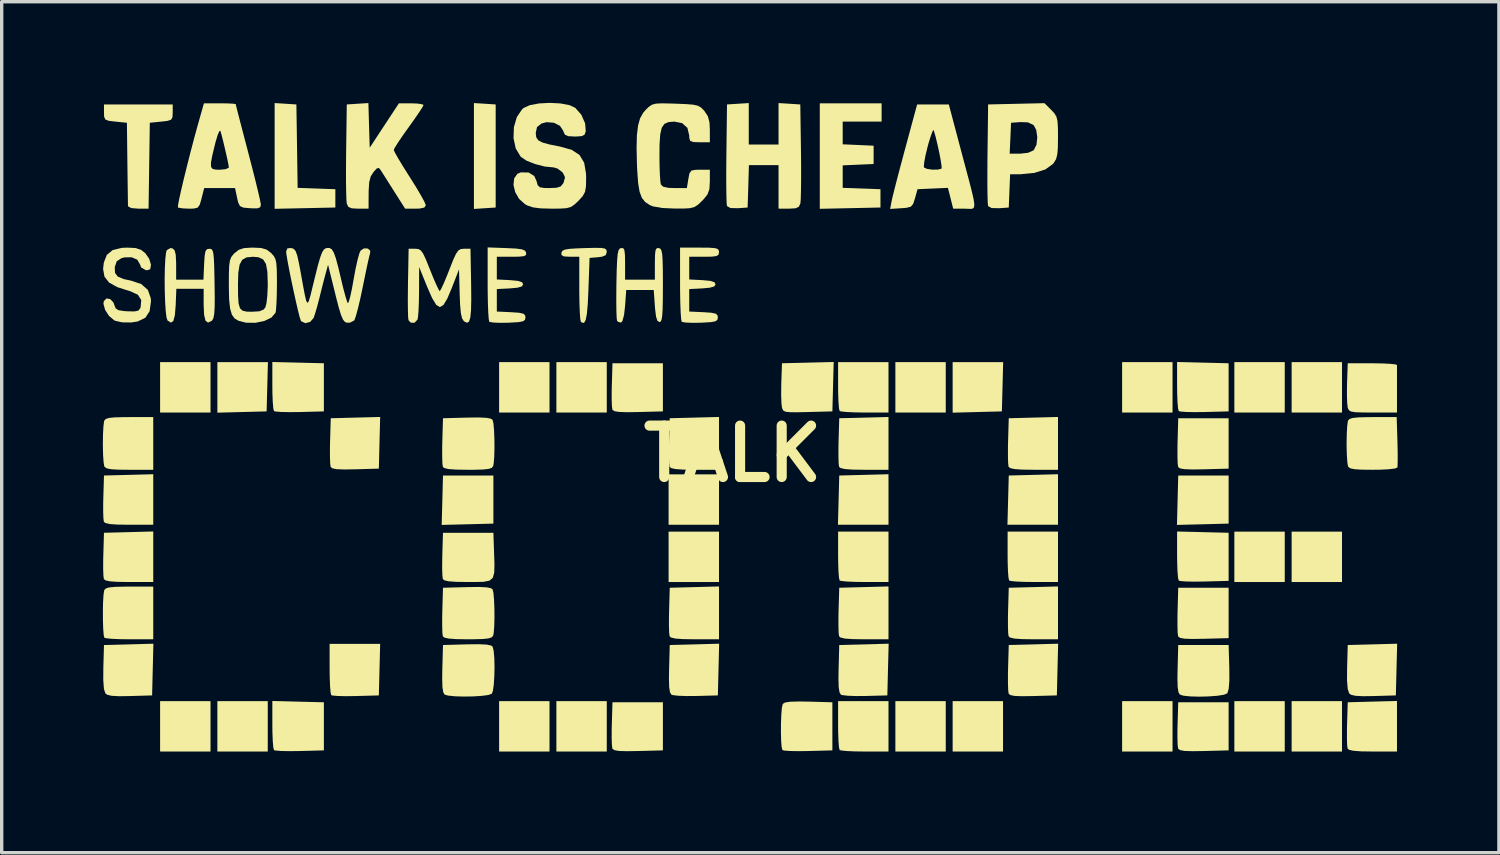
<source format=kicad_pcb>
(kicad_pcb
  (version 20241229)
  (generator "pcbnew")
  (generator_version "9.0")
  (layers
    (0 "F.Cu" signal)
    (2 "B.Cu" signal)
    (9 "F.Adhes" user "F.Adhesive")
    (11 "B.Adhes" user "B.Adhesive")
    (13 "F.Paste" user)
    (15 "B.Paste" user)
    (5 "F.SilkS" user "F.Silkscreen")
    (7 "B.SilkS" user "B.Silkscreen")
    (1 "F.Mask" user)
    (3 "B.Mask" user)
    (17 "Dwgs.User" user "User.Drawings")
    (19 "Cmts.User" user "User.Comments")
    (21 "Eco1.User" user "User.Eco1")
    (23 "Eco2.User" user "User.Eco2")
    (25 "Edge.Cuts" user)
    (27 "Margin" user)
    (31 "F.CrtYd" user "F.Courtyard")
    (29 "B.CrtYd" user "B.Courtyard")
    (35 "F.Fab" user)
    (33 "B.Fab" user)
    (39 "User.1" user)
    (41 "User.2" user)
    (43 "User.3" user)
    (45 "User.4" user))
  (footprint "TALK"
    (layer "F.Cu")
    (at 18.676 10.404)
    (property "Reference" "TALK" (at 0 0 0) (layer "F.SilkS") (effects (font (size 1.524 1.524) (thickness 0.3))))
    (attr board_only exclude_from_pos_files exclude_from_bom)
    (fp_poly (pts (xy -15.484 -1.222) (xy -16.979 -1.222) (xy -16.979 -2.717) (xy -15.484 -2.717)) (stroke (width 0) (type solid)) (fill yes) (layer "F.SilkS"))
    (fp_poly (pts (xy -15.484 8.829) (xy -16.979 8.829) (xy -16.979 7.335) (xy -15.484 7.335)) (stroke (width 0) (type solid)) (fill yes) (layer "F.SilkS"))
    (fp_poly (pts (xy -13.787 8.829) (xy -15.281 8.829) (xy -15.281 7.335) (xy -13.787 7.335)) (stroke (width 0) (type solid)) (fill yes) (layer "F.SilkS"))
    (fp_poly (pts (xy -5.433 -1.222) (xy -6.927 -1.222) (xy -6.927 -2.717) (xy -5.433 -2.717)) (stroke (width 0) (type solid)) (fill yes) (layer "F.SilkS"))
    (fp_poly (pts (xy -5.433 8.829) (xy -6.927 8.829) (xy -6.927 7.335) (xy -5.433 7.335)) (stroke (width 0) (type solid)) (fill yes) (layer "F.SilkS"))
    (fp_poly (pts (xy -3.735 -1.222) (xy -5.229 -1.222) (xy -5.229 -2.717) (xy -3.735 -2.717)) (stroke (width 0) (type solid)) (fill yes) (layer "F.SilkS"))
    (fp_poly (pts (xy -3.735 8.829) (xy -5.229 8.829) (xy -5.229 7.335) (xy -3.735 7.335)) (stroke (width 0) (type solid)) (fill yes) (layer "F.SilkS"))
    (fp_poly (pts (xy -0.407 2.105) (xy -1.902 2.105) (xy -1.902 0.611) (xy -0.407 0.611)) (stroke (width 0) (type solid)) (fill yes) (layer "F.SilkS"))
    (fp_poly (pts (xy -0.407 3.803) (xy -1.902 3.803) (xy -1.902 2.309) (xy -0.407 2.309)) (stroke (width 0) (type solid)) (fill yes) (layer "F.SilkS"))
    (fp_poly (pts (xy 6.316 -1.222) (xy 4.822 -1.222) (xy 4.822 -2.717) (xy 6.316 -2.717)) (stroke (width 0) (type solid)) (fill yes) (layer "F.SilkS"))
    (fp_poly (pts (xy 6.316 8.829) (xy 4.822 8.829) (xy 4.822 7.335) (xy 6.316 7.335)) (stroke (width 0) (type solid)) (fill yes) (layer "F.SilkS"))
    (fp_poly (pts (xy 8.014 8.829) (xy 6.52 8.829) (xy 6.52 7.335) (xy 8.014 7.335)) (stroke (width 0) (type solid)) (fill yes) (layer "F.SilkS"))
    (fp_poly (pts (xy 13.04 -1.222) (xy 11.545 -1.222) (xy 11.545 -2.717) (xy 13.04 -2.717)) (stroke (width 0) (type solid)) (fill yes) (layer "F.SilkS"))
    (fp_poly (pts (xy 13.04 8.829) (xy 11.545 8.829) (xy 11.545 7.335) (xy 13.04 7.335)) (stroke (width 0) (type solid)) (fill yes) (layer "F.SilkS"))
    (fp_poly (pts (xy 16.367 -1.222) (xy 14.873 -1.222) (xy 14.873 -2.717) (xy 16.367 -2.717)) (stroke (width 0) (type solid)) (fill yes) (layer "F.SilkS"))
    (fp_poly (pts (xy 16.367 3.803) (xy 14.873 3.803) (xy 14.873 2.309) (xy 16.367 2.309)) (stroke (width 0) (type solid)) (fill yes) (layer "F.SilkS"))
    (fp_poly (pts (xy 16.367 8.829) (xy 14.873 8.829) (xy 14.873 7.335) (xy 16.367 7.335)) (stroke (width 0) (type solid)) (fill yes) (layer "F.SilkS"))
    (fp_poly (pts (xy 18.065 -1.222) (xy 16.571 -1.222) (xy 16.571 -2.717) (xy 18.065 -2.717)) (stroke (width 0) (type solid)) (fill yes) (layer "F.SilkS"))
    (fp_poly (pts (xy 18.065 3.803) (xy 16.571 3.803) (xy 16.571 2.309) (xy 18.065 2.309)) (stroke (width 0) (type solid)) (fill yes) (layer "F.SilkS"))
    (fp_poly (pts (xy 18.065 8.829) (xy 16.571 8.829) (xy 16.571 7.335) (xy 18.065 7.335)) (stroke (width 0) (type solid)) (fill yes) (layer "F.SilkS"))
    (fp_poly (pts (xy -13.801 -1.986) (xy -13.821 -1.256) (xy -15.281 -1.218) (xy -15.281 -2.717) (xy -13.782 -2.717)) (stroke (width 0) (type solid)) (fill yes) (layer "F.SilkS"))
    (fp_poly (pts (xy -7.097 2.071) (xy -7.863 2.091) (xy -8.63 2.11) (xy -8.591 0.645) (xy -7.097 0.645)) (stroke (width 0) (type solid)) (fill yes) (layer "F.SilkS"))
    (fp_poly (pts (xy 7.999 -1.986) (xy 7.98 -1.256) (xy 6.52 -1.218) (xy 6.52 -2.717) (xy 8.018 -2.717)) (stroke (width 0) (type solid)) (fill yes) (layer "F.SilkS"))
    (fp_poly (pts (xy 9.644 2.105) (xy 8.145 2.105) (xy 8.184 0.645) (xy 8.914 0.626) (xy 9.644 0.607)) (stroke (width 0) (type solid)) (fill yes) (layer "F.SilkS"))
    (fp_poly (pts (xy 14.703 2.071) (xy 13.937 2.091) (xy 13.171 2.11) (xy 13.209 0.645) (xy 14.703 0.645)) (stroke (width 0) (type solid)) (fill yes) (layer "F.SilkS"))
    (fp_poly (pts (xy -7.352 -10.378) (xy -7.029 -10.357) (xy -7.029 -7.301) (xy -7.352 -7.28) (xy -7.674 -7.259) (xy -7.674 -10.398)) (stroke (width 0) (type solid)) (fill yes) (layer "F.SilkS"))
    (fp_poly (pts (xy 4.618 2.105) (xy 3.119 2.105) (xy 3.139 1.375) (xy 3.158 0.645) (xy 3.888 0.626) (xy 4.618 0.607)) (stroke (width 0) (type solid)) (fill yes) (layer "F.SilkS"))
    (fp_poly (pts (xy -13.26 -10.378) (xy -12.938 -10.357) (xy -12.919 -9.12) (xy -12.901 -7.884) (xy -12.342 -7.864) (xy -11.783 -7.844) (xy -11.783 -7.301) (xy -12.683 -7.282) (xy -13.583 -7.263) (xy -13.583 -10.398)) (stroke (width 0) (type solid)) (fill yes) (layer "F.SilkS"))
    (fp_poly (pts (xy -17.197 6.399) (xy -17.216 7.165) (xy -17.868 7.184) (xy -18.197 7.189) (xy -18.413 7.177) (xy -18.543 7.147) (xy -18.601 7.106) (xy -18.644 6.974) (xy -18.664 6.71) (xy -18.662 6.34) (xy -18.643 5.671) (xy -17.178 5.632)) (stroke (width 0) (type solid)) (fill yes) (layer "F.SilkS"))
    (fp_poly (pts (xy 4.618 -1.222) (xy 3.916 -1.222) (xy 3.62 -1.227) (xy 3.376 -1.238) (xy 3.216 -1.254) (xy 3.169 -1.268) (xy 3.15 -1.351) (xy 3.135 -1.539) (xy 3.126 -1.801) (xy 3.124 -2.015) (xy 3.124 -2.717) (xy 4.618 -2.717)) (stroke (width 0) (type solid)) (fill yes) (layer "F.SilkS"))
    (fp_poly (pts (xy 4.618 3.803) (xy 3.916 3.803) (xy 3.62 3.799) (xy 3.376 3.788) (xy 3.216 3.772) (xy 3.169 3.758) (xy 3.15 3.675) (xy 3.135 3.487) (xy 3.126 3.225) (xy 3.124 3.011) (xy 3.124 2.309) (xy 4.618 2.309)) (stroke (width 0) (type solid)) (fill yes) (layer "F.SilkS"))
    (fp_poly (pts (xy 4.618 5.501) (xy 3.903 5.501) (xy 3.556 5.496) (xy 3.326 5.48) (xy 3.197 5.449) (xy 3.153 5.411) (xy 3.14 5.308) (xy 3.134 5.103) (xy 3.134 4.831) (xy 3.138 4.647) (xy 3.158 3.973) (xy 4.618 3.934)) (stroke (width 0) (type solid)) (fill yes) (layer "F.SilkS"))
    (fp_poly (pts (xy 4.618 8.829) (xy 3.916 8.829) (xy 3.62 8.825) (xy 3.376 8.814) (xy 3.216 8.797) (xy 3.169 8.784) (xy 3.15 8.701) (xy 3.135 8.513) (xy 3.126 8.25) (xy 3.124 8.037) (xy 3.124 7.335) (xy 4.618 7.335)) (stroke (width 0) (type solid)) (fill yes) (layer "F.SilkS"))
    (fp_poly (pts (xy 9.644 3.803) (xy 8.942 3.803) (xy 8.646 3.799) (xy 8.402 3.788) (xy 8.242 3.772) (xy 8.195 3.758) (xy 8.176 3.675) (xy 8.161 3.487) (xy 8.152 3.225) (xy 8.15 3.011) (xy 8.15 2.309) (xy 9.644 2.309)) (stroke (width 0) (type solid)) (fill yes) (layer "F.SilkS"))
    (fp_poly (pts (xy 14.703 2.343) (xy 14.703 3.769) (xy 13.987 3.788) (xy 13.687 3.792) (xy 13.44 3.787) (xy 13.274 3.774) (xy 13.223 3.76) (xy 13.203 3.676) (xy 13.187 3.487) (xy 13.178 3.224) (xy 13.175 3.009) (xy 13.175 2.305)) (stroke (width 0) (type solid)) (fill yes) (layer "F.SilkS"))
    (fp_poly (pts (xy 19.661 7.165) (xy 19.009 7.184) (xy 18.681 7.189) (xy 18.464 7.177) (xy 18.335 7.147) (xy 18.277 7.106) (xy 18.234 6.974) (xy 18.213 6.71) (xy 18.216 6.34) (xy 18.235 5.671) (xy 18.967 5.652) (xy 19.7 5.632)) (stroke (width 0) (type solid)) (fill yes) (layer "F.SilkS"))
    (fp_poly (pts (xy -17.182 2.105) (xy -17.898 2.105) (xy -18.245 2.1) (xy -18.474 2.084) (xy -18.603 2.054) (xy -18.647 2.015) (xy -18.66 1.911) (xy -18.667 1.707) (xy -18.666 1.437) (xy -18.662 1.285) (xy -18.643 0.645) (xy -17.912 0.626) (xy -17.182 0.607)) (stroke (width 0) (type solid)) (fill yes) (layer "F.SilkS"))
    (fp_poly (pts (xy -17.182 3.803) (xy -17.898 3.803) (xy -18.245 3.798) (xy -18.474 3.782) (xy -18.603 3.752) (xy -18.647 3.713) (xy -18.66 3.609) (xy -18.667 3.404) (xy -18.666 3.135) (xy -18.662 2.983) (xy -18.643 2.343) (xy -17.912 2.324) (xy -17.182 2.304)) (stroke (width 0) (type solid)) (fill yes) (layer "F.SilkS"))
    (fp_poly (pts (xy -12.887 -2.702) (xy -12.123 -2.683) (xy -12.123 -1.256) (xy -12.839 -1.237) (xy -13.139 -1.234) (xy -13.387 -1.239) (xy -13.552 -1.252) (xy -13.603 -1.266) (xy -13.623 -1.349) (xy -13.639 -1.538) (xy -13.649 -1.801) (xy -13.651 -2.017) (xy -13.651 -2.721)) (stroke (width 0) (type solid)) (fill yes) (layer "F.SilkS"))
    (fp_poly (pts (xy -12.887 7.35) (xy -12.123 7.369) (xy -12.123 8.795) (xy -12.839 8.814) (xy -13.139 8.818) (xy -13.387 8.813) (xy -13.552 8.8) (xy -13.603 8.786) (xy -13.623 8.702) (xy -13.639 8.513) (xy -13.649 8.25) (xy -13.651 8.034) (xy -13.651 7.33)) (stroke (width 0) (type solid)) (fill yes) (layer "F.SilkS"))
    (fp_poly (pts (xy -10.474 6.401) (xy -10.493 7.165) (xy -11.175 7.184) (xy -11.468 7.188) (xy -11.707 7.182) (xy -11.864 7.169) (xy -11.905 7.156) (xy -11.925 7.072) (xy -11.94 6.883) (xy -11.95 6.618) (xy -11.953 6.373) (xy -11.953 5.637) (xy -10.454 5.637)) (stroke (width 0) (type solid)) (fill yes) (layer "F.SilkS"))
    (fp_poly (pts (xy -2.071 -1.256) (xy -2.803 -1.237) (xy -3.145 -1.232) (xy -3.373 -1.24) (xy -3.506 -1.262) (xy -3.565 -1.301) (xy -3.569 -1.31) (xy -3.583 -1.415) (xy -3.59 -1.621) (xy -3.589 -1.891) (xy -3.585 -2.043) (xy -3.566 -2.683) (xy -2.071 -2.683)) (stroke (width 0) (type solid)) (fill yes) (layer "F.SilkS"))
    (fp_poly (pts (xy -2.071 8.795) (xy -2.803 8.814) (xy -3.145 8.819) (xy -3.373 8.812) (xy -3.506 8.789) (xy -3.565 8.75) (xy -3.569 8.741) (xy -3.583 8.636) (xy -3.59 8.43) (xy -3.589 8.16) (xy -3.585 8.009) (xy -3.566 7.369) (xy -2.071 7.369)) (stroke (width 0) (type solid)) (fill yes) (layer "F.SilkS"))
    (fp_poly (pts (xy -0.407 0.475) (xy -1.123 0.475) (xy -1.47 0.47) (xy -1.7 0.454) (xy -1.829 0.424) (xy -1.872 0.386) (xy -1.885 0.282) (xy -1.892 0.078) (xy -1.891 -0.194) (xy -1.887 -0.378) (xy -1.868 -1.053) (xy -1.138 -1.072) (xy -0.407 -1.091)) (stroke (width 0) (type solid)) (fill yes) (layer "F.SilkS"))
    (fp_poly (pts (xy -0.407 5.501) (xy -1.123 5.501) (xy -1.47 5.496) (xy -1.7 5.48) (xy -1.829 5.449) (xy -1.872 5.411) (xy -1.885 5.308) (xy -1.892 5.103) (xy -1.891 4.831) (xy -1.887 4.647) (xy -1.868 3.973) (xy -1.138 3.954) (xy -0.407 3.934)) (stroke (width 0) (type solid)) (fill yes) (layer "F.SilkS"))
    (fp_poly (pts (xy 4.603 6.399) (xy 4.584 7.165) (xy 3.939 7.182) (xy 3.649 7.184) (xy 3.407 7.175) (xy 3.246 7.156) (xy 3.206 7.143) (xy 3.165 7.072) (xy 3.141 6.915) (xy 3.134 6.654) (xy 3.139 6.378) (xy 3.158 5.671) (xy 4.623 5.632)) (stroke (width 0) (type solid)) (fill yes) (layer "F.SilkS"))
    (fp_poly (pts (xy 4.618 0.475) (xy 3.903 0.475) (xy 3.556 0.47) (xy 3.326 0.454) (xy 3.197 0.424) (xy 3.153 0.386) (xy 3.14 0.282) (xy 3.134 0.078) (xy 3.134 -0.194) (xy 3.138 -0.378) (xy 3.158 -1.053) (xy 3.888 -1.072) (xy 4.618 -1.091)) (stroke (width 0) (type solid)) (fill yes) (layer "F.SilkS"))
    (fp_poly (pts (xy 9.644 0.475) (xy 8.929 0.475) (xy 8.581 0.47) (xy 8.352 0.454) (xy 8.223 0.424) (xy 8.179 0.386) (xy 8.166 0.282) (xy 8.16 0.078) (xy 8.16 -0.194) (xy 8.164 -0.378) (xy 8.184 -1.053) (xy 8.914 -1.072) (xy 9.644 -1.091)) (stroke (width 0) (type solid)) (fill yes) (layer "F.SilkS"))
    (fp_poly (pts (xy 9.644 5.501) (xy 8.929 5.501) (xy 8.581 5.496) (xy 8.352 5.48) (xy 8.223 5.449) (xy 8.179 5.411) (xy 8.166 5.308) (xy 8.16 5.103) (xy 8.16 4.831) (xy 8.164 4.647) (xy 8.184 3.973) (xy 8.914 3.954) (xy 9.644 3.934)) (stroke (width 0) (type solid)) (fill yes) (layer "F.SilkS"))
    (fp_poly (pts (xy 13.939 -2.702) (xy 14.703 -2.683) (xy 14.703 -1.256) (xy 13.987 -1.237) (xy 13.687 -1.234) (xy 13.44 -1.239) (xy 13.274 -1.252) (xy 13.223 -1.266) (xy 13.203 -1.349) (xy 13.187 -1.538) (xy 13.178 -1.801) (xy 13.175 -2.017) (xy 13.175 -2.721)) (stroke (width 0) (type solid)) (fill yes) (layer "F.SilkS"))
    (fp_poly (pts (xy 14.703 0.441) (xy 13.972 0.461) (xy 13.63 0.466) (xy 13.402 0.458) (xy 13.269 0.436) (xy 13.21 0.397) (xy 13.206 0.388) (xy 13.192 0.284) (xy 13.186 0.078) (xy 13.186 -0.195) (xy 13.19 -0.378) (xy 13.209 -1.053) (xy 14.703 -1.053)) (stroke (width 0) (type solid)) (fill yes) (layer "F.SilkS"))
    (fp_poly (pts (xy 14.703 5.467) (xy 13.972 5.486) (xy 13.63 5.491) (xy 13.402 5.484) (xy 13.269 5.461) (xy 13.21 5.422) (xy 13.206 5.414) (xy 13.192 5.309) (xy 13.186 5.104) (xy 13.186 4.831) (xy 13.19 4.647) (xy 13.209 3.973) (xy 14.703 3.973)) (stroke (width 0) (type solid)) (fill yes) (layer "F.SilkS"))
    (fp_poly (pts (xy 14.703 8.795) (xy 13.972 8.814) (xy 13.63 8.819) (xy 13.402 8.812) (xy 13.269 8.789) (xy 13.21 8.75) (xy 13.205 8.741) (xy 13.192 8.636) (xy 13.185 8.43) (xy 13.186 8.16) (xy 13.19 8.009) (xy 13.209 7.369) (xy 14.703 7.369)) (stroke (width 0) (type solid)) (fill yes) (layer "F.SilkS"))
    (fp_poly (pts (xy 19.695 8.829) (xy 18.98 8.829) (xy 18.633 8.824) (xy 18.404 8.807) (xy 18.275 8.778) (xy 18.23 8.739) (xy 18.217 8.635) (xy 18.211 8.43) (xy 18.212 8.161) (xy 18.215 8.009) (xy 18.235 7.369) (xy 18.965 7.349) (xy 19.695 7.33)) (stroke (width 0) (type solid)) (fill yes) (layer "F.SilkS"))
    (fp_poly (pts (xy -0.422 6.399) (xy -0.441 7.165) (xy -1.087 7.182) (xy -1.376 7.184) (xy -1.619 7.175) (xy -1.779 7.156) (xy -1.819 7.143) (xy -1.861 7.072) (xy -1.885 6.915) (xy -1.892 6.654) (xy -1.887 6.378) (xy -1.868 5.671) (xy -1.135 5.652) (xy -0.403 5.632)) (stroke (width 0) (type solid)) (fill yes) (layer "F.SilkS"))
    (fp_poly (pts (xy 9.61 7.165) (xy 8.913 7.184) (xy 8.579 7.189) (xy 8.359 7.181) (xy 8.234 7.156) (xy 8.181 7.114) (xy 8.18 7.112) (xy 8.167 7.007) (xy 8.16 6.802) (xy 8.16 6.529) (xy 8.164 6.345) (xy 8.184 5.671) (xy 8.916 5.652) (xy 9.648 5.632)) (stroke (width 0) (type solid)) (fill yes) (layer "F.SilkS"))
    (fp_poly (pts (xy -10.474 -0.325) (xy -10.493 0.441) (xy -11.19 0.461) (xy -11.524 0.466) (xy -11.743 0.457) (xy -11.869 0.433) (xy -11.922 0.391) (xy -11.923 0.388) (xy -11.936 0.284) (xy -11.943 0.078) (xy -11.943 -0.195) (xy -11.939 -0.378) (xy -11.919 -1.053) (xy -11.187 -1.072) (xy -10.454 -1.091)) (stroke (width 0) (type solid)) (fill yes) (layer "F.SilkS"))
    (fp_poly (pts (xy 2.974 -1.989) (xy 2.954 -1.256) (xy 2.226 -1.237) (xy 1.904 -1.23) (xy 1.693 -1.232) (xy 1.567 -1.246) (xy 1.501 -1.279) (xy 1.47 -1.334) (xy 1.459 -1.373) (xy 1.443 -1.511) (xy 1.436 -1.742) (xy 1.438 -2.022) (xy 1.44 -2.105) (xy 1.46 -2.683) (xy 2.227 -2.702) (xy 2.993 -2.721)) (stroke (width 0) (type solid)) (fill yes) (layer "F.SilkS"))
    (fp_poly (pts (xy 4.414 -9.848) (xy 3.26 -9.848) (xy 3.26 -9.175) (xy 3.718 -9.155) (xy 4.177 -9.134) (xy 4.177 -8.591) (xy 3.718 -8.571) (xy 3.26 -8.551) (xy 3.26 -7.884) (xy 3.82 -7.864) (xy 4.38 -7.844) (xy 4.38 -7.301) (xy 3.481 -7.282) (xy 2.581 -7.263) (xy 2.581 -10.391) (xy 4.414 -10.391)) (stroke (width 0) (type solid)) (fill yes) (layer "F.SilkS"))
    (fp_poly (pts (xy -7.077 2.92) (xy -7.065 3.281) (xy -7.072 3.527) (xy -7.115 3.68) (xy -7.215 3.763) (xy -7.39 3.797) (xy -7.659 3.803) (xy -7.848 3.803) (xy -8.194 3.798) (xy -8.423 3.782) (xy -8.552 3.752) (xy -8.596 3.713) (xy -8.609 3.609) (xy -8.616 3.404) (xy -8.614 3.135) (xy -8.611 2.983) (xy -8.591 2.343) (xy -7.097 2.343)) (stroke (width 0) (type solid)) (fill yes) (layer "F.SilkS"))
    (fp_poly (pts (xy 14.723 6.34) (xy 14.725 6.715) (xy 14.705 6.971) (xy 14.665 7.102) (xy 14.664 7.104) (xy 14.564 7.145) (xy 14.367 7.176) (xy 14.11 7.195) (xy 13.832 7.202) (xy 13.571 7.195) (xy 13.365 7.174) (xy 13.258 7.141) (xy 13.216 7.072) (xy 13.192 6.916) (xy 13.185 6.656) (xy 13.19 6.378) (xy 13.209 5.671) (xy 14.703 5.671)) (stroke (width 0) (type solid)) (fill yes) (layer "F.SilkS"))
    (fp_poly (pts (xy 19.262 -2.678) (xy 19.5 -2.666) (xy 19.653 -2.649) (xy 19.695 -2.632) (xy 19.695 -1.222) (xy 18.983 -1.222) (xy 18.665 -1.224) (xy 18.458 -1.232) (xy 18.335 -1.252) (xy 18.271 -1.289) (xy 18.241 -1.348) (xy 18.233 -1.375) (xy 18.218 -1.513) (xy 18.211 -1.742) (xy 18.213 -2.022) (xy 18.215 -2.105) (xy 18.235 -2.683) (xy 18.965 -2.683)) (stroke (width 0) (type solid)) (fill yes) (layer "F.SilkS"))
    (fp_poly (pts (xy 2.247 7.349) (xy 2.954 7.369) (xy 2.954 8.795) (xy 2.238 8.814) (xy 1.938 8.818) (xy 1.69 8.813) (xy 1.525 8.8) (xy 1.474 8.786) (xy 1.45 8.696) (xy 1.435 8.509) (xy 1.429 8.261) (xy 1.43 7.991) (xy 1.44 7.735) (xy 1.457 7.533) (xy 1.482 7.421) (xy 1.484 7.417) (xy 1.553 7.375) (xy 1.709 7.352) (xy 1.969 7.345)) (stroke (width 0) (type solid)) (fill yes) (layer "F.SilkS"))
    (fp_poly (pts (xy -17.182 5.501) (xy -17.884 5.501) (xy -18.18 5.497) (xy -18.424 5.486) (xy -18.585 5.469) (xy -18.631 5.456) (xy -18.652 5.37) (xy -18.666 5.186) (xy -18.674 4.938) (xy -18.675 4.665) (xy -18.67 4.403) (xy -18.657 4.187) (xy -18.638 4.056) (xy -18.635 4.046) (xy -18.594 3.997) (xy -18.498 3.965) (xy -18.326 3.947) (xy -18.052 3.94) (xy -17.888 3.939) (xy -17.182 3.939)) (stroke (width 0) (type solid)) (fill yes) (layer "F.SilkS"))
    (fp_poly (pts (xy -17.182 0.475) (xy -17.888 0.475) (xy -18.216 0.472) (xy -18.431 0.459) (xy -18.558 0.434) (xy -18.621 0.393) (xy -18.635 0.368) (xy -18.654 0.253) (xy -18.669 0.042) (xy -18.676 -0.225) (xy -18.676 -0.306) (xy -18.672 -0.581) (xy -18.659 -0.812) (xy -18.641 -0.959) (xy -18.635 -0.979) (xy -18.594 -1.029) (xy -18.498 -1.061) (xy -18.326 -1.079) (xy -18.052 -1.086) (xy -17.888 -1.087) (xy -17.182 -1.087)) (stroke (width 0) (type solid)) (fill yes) (layer "F.SilkS"))
    (fp_poly (pts (xy -16.605 -10.119) (xy -16.612 -9.978) (xy -16.654 -9.904) (xy -16.768 -9.868) (xy -16.945 -9.848) (xy -17.284 -9.814) (xy -17.321 -7.267) (xy -17.625 -7.267) (xy -17.837 -7.285) (xy -17.929 -7.337) (xy -17.932 -7.352) (xy -17.933 -7.445) (xy -17.936 -7.65) (xy -17.94 -7.943) (xy -17.945 -8.3) (xy -17.949 -8.625) (xy -17.963 -9.814) (xy -18.303 -9.848) (xy -18.504 -9.872) (xy -18.604 -9.912) (xy -18.639 -9.995) (xy -18.643 -10.119) (xy -18.643 -10.357) (xy -16.605 -10.357)) (stroke (width 0) (type solid)) (fill yes) (layer "F.SilkS"))
    (fp_poly (pts (xy -7.3 5.658) (xy -7.166 5.686) (xy -7.121 5.719) (xy -7.089 5.839) (xy -7.07 6.049) (xy -7.063 6.313) (xy -7.069 6.59) (xy -7.085 6.843) (xy -7.112 7.033) (xy -7.145 7.117) (xy -7.247 7.153) (xy -7.445 7.179) (xy -7.703 7.195) (xy -7.981 7.199) (xy -8.24 7.191) (xy -8.442 7.17) (xy -8.543 7.141) (xy -8.584 7.072) (xy -8.608 6.916) (xy -8.615 6.656) (xy -8.611 6.378) (xy -8.591 5.671) (xy -7.884 5.651) (xy -7.533 5.647)) (stroke (width 0) (type solid)) (fill yes) (layer "F.SilkS"))
    (fp_poly (pts (xy -7.3 -1.065) (xy -7.166 -1.038) (xy -7.121 -1.004) (xy -7.095 -0.898) (xy -7.077 -0.695) (xy -7.067 -0.435) (xy -7.065 -0.158) (xy -7.072 0.097) (xy -7.088 0.291) (xy -7.104 0.368) (xy -7.146 0.418) (xy -7.241 0.45) (xy -7.413 0.468) (xy -7.686 0.475) (xy -7.854 0.475) (xy -8.199 0.47) (xy -8.427 0.454) (xy -8.554 0.423) (xy -8.596 0.386) (xy -8.609 0.282) (xy -8.615 0.078) (xy -8.615 -0.194) (xy -8.611 -0.378) (xy -8.591 -1.053) (xy -7.884 -1.072) (xy -7.533 -1.076)) (stroke (width 0) (type solid)) (fill yes) (layer "F.SilkS"))
    (fp_poly (pts (xy -7.3 3.96) (xy -7.166 3.988) (xy -7.121 4.021) (xy -7.095 4.128) (xy -7.077 4.331) (xy -7.067 4.591) (xy -7.065 4.868) (xy -7.072 5.123) (xy -7.088 5.317) (xy -7.104 5.394) (xy -7.146 5.443) (xy -7.241 5.475) (xy -7.413 5.493) (xy -7.686 5.5) (xy -7.854 5.501) (xy -8.199 5.496) (xy -8.427 5.479) (xy -8.554 5.449) (xy -8.596 5.411) (xy -8.609 5.308) (xy -8.615 5.103) (xy -8.615 4.831) (xy -8.611 4.647) (xy -8.591 3.973) (xy -7.884 3.954) (xy -7.533 3.949)) (stroke (width 0) (type solid)) (fill yes) (layer "F.SilkS"))
    (fp_poly (pts (xy 19.708 -0.372) (xy 19.715 -0.07) (xy 19.716 0.182) (xy 19.712 0.353) (xy 19.707 0.409) (xy 19.633 0.437) (xy 19.45 0.46) (xy 19.186 0.473) (xy 18.984 0.475) (xy 18.658 0.472) (xy 18.444 0.459) (xy 18.317 0.434) (xy 18.255 0.392) (xy 18.242 0.368) (xy 18.223 0.253) (xy 18.209 0.042) (xy 18.201 -0.225) (xy 18.201 -0.306) (xy 18.206 -0.581) (xy 18.218 -0.812) (xy 18.237 -0.959) (xy 18.242 -0.979) (xy 18.284 -1.029) (xy 18.38 -1.061) (xy 18.553 -1.079) (xy 18.827 -1.086) (xy 18.985 -1.087) (xy 19.686 -1.087)) (stroke (width 0) (type solid)) (fill yes) (layer "F.SilkS"))
    (fp_poly (pts (xy -3.899 -6.102) (xy -3.792 -6.084) (xy -3.746 -6.047) (xy -3.735 -5.987) (xy -3.735 -5.983) (xy -3.765 -5.889) (xy -3.878 -5.842) (xy -3.99 -5.828) (xy -4.245 -5.807) (xy -4.279 -4.861) (xy -4.298 -4.442) (xy -4.325 -4.146) (xy -4.361 -3.964) (xy -4.409 -3.881) (xy -4.472 -3.888) (xy -4.504 -3.915) (xy -4.521 -3.996) (xy -4.535 -4.188) (xy -4.545 -4.463) (xy -4.55 -4.795) (xy -4.55 -4.901) (xy -4.55 -5.841) (xy -4.827 -5.841) (xy -5.004 -5.851) (xy -5.077 -5.892) (xy -5.081 -5.959) (xy -5.052 -6.016) (xy -4.977 -6.053) (xy -4.828 -6.077) (xy -4.583 -6.091) (xy -4.397 -6.098) (xy -4.093 -6.105)) (stroke (width 0) (type solid)) (fill yes) (layer "F.SilkS"))
    (fp_poly (pts (xy 1.681 -10.378) (xy 2.003 -10.357) (xy 2.023 -8.965) (xy 2.027 -8.534) (xy 2.027 -8.143) (xy 2.023 -7.813) (xy 2.017 -7.568) (xy 2.007 -7.432) (xy 2.004 -7.42) (xy 1.96 -7.323) (xy 1.863 -7.278) (xy 1.674 -7.267) (xy 1.663 -7.267) (xy 1.358 -7.267) (xy 1.358 -8.557) (xy 0.48 -8.557) (xy 0.461 -7.929) (xy 0.441 -7.301) (xy 0.152 -7.28) (xy -0.07 -7.286) (xy -0.17 -7.345) (xy -0.172 -7.349) (xy -0.181 -7.442) (xy -0.188 -7.649) (xy -0.192 -7.949) (xy -0.193 -8.321) (xy -0.19 -8.744) (xy -0.188 -8.898) (xy -0.17 -10.357) (xy 0.475 -10.398) (xy 0.475 -9.168) (xy 1.358 -9.168) (xy 1.358 -10.398)) (stroke (width 0) (type solid)) (fill yes) (layer "F.SilkS"))
    (fp_poly (pts (xy -6.707 -6.098) (xy -6.425 -6.084) (xy -6.252 -6.061) (xy -6.161 -6.024) (xy -6.126 -5.965) (xy -6.125 -5.959) (xy -6.129 -5.895) (xy -6.191 -5.859) (xy -6.339 -5.844) (xy -6.549 -5.841) (xy -6.995 -5.841) (xy -6.995 -5.168) (xy -6.605 -5.148) (xy -6.37 -5.126) (xy -6.247 -5.086) (xy -6.214 -5.026) (xy -6.252 -4.962) (xy -6.38 -4.924) (xy -6.605 -4.903) (xy -6.995 -4.883) (xy -6.995 -4.217) (xy -6.571 -4.197) (xy -6.337 -4.181) (xy -6.208 -4.153) (xy -6.155 -4.102) (xy -6.146 -4.041) (xy -6.16 -3.971) (xy -6.218 -3.928) (xy -6.349 -3.903) (xy -6.582 -3.889) (xy -6.659 -3.885) (xy -6.911 -3.882) (xy -7.108 -3.891) (xy -7.213 -3.91) (xy -7.219 -3.914) (xy -7.235 -3.995) (xy -7.249 -4.187) (xy -7.26 -4.468) (xy -7.266 -4.811) (xy -7.267 -5.04) (xy -7.267 -6.118)) (stroke (width 0) (type solid)) (fill yes) (layer "F.SilkS"))
    (fp_poly (pts (xy -0.704 -6.11) (xy -0.533 -6.098) (xy -0.444 -6.071) (xy -0.411 -6.022) (xy -0.407 -5.976) (xy -0.421 -5.903) (xy -0.483 -5.862) (xy -0.621 -5.844) (xy -0.849 -5.841) (xy -1.29 -5.841) (xy -1.29 -5.168) (xy -0.9 -5.148) (xy -0.665 -5.126) (xy -0.543 -5.086) (xy -0.509 -5.026) (xy -0.547 -4.962) (xy -0.676 -4.924) (xy -0.9 -4.903) (xy -1.29 -4.883) (xy -1.29 -4.217) (xy -0.866 -4.197) (xy -0.632 -4.181) (xy -0.503 -4.153) (xy -0.45 -4.102) (xy -0.441 -4.041) (xy -0.455 -3.971) (xy -0.513 -3.928) (xy -0.645 -3.903) (xy -0.877 -3.889) (xy -0.954 -3.885) (xy -1.206 -3.882) (xy -1.403 -3.891) (xy -1.508 -3.91) (xy -1.514 -3.914) (xy -1.53 -3.995) (xy -1.544 -4.187) (xy -1.555 -4.468) (xy -1.561 -4.811) (xy -1.562 -5.037) (xy -1.562 -6.112) (xy -0.985 -6.112)) (stroke (width 0) (type solid)) (fill yes) (layer "F.SilkS"))
    (fp_poly (pts (xy 9.443 -10.195) (xy 9.539 -10.092) (xy 9.598 -9.992) (xy 9.629 -9.862) (xy 9.642 -9.664) (xy 9.644 -9.381) (xy 9.64 -9.078) (xy 9.623 -8.876) (xy 9.588 -8.739) (xy 9.526 -8.634) (xy 9.491 -8.591) (xy 9.27 -8.43) (xy 8.942 -8.327) (xy 8.529 -8.287) (xy 8.509 -8.287) (xy 8.224 -8.286) (xy 8.184 -7.301) (xy 7.894 -7.28) (xy 7.672 -7.286) (xy 7.572 -7.345) (xy 7.57 -7.349) (xy 7.561 -7.442) (xy 7.554 -7.649) (xy 7.55 -7.949) (xy 7.55 -8.321) (xy 7.552 -8.744) (xy 7.554 -8.897) (xy 8.211 -8.897) (xy 8.515 -8.897) (xy 8.758 -8.924) (xy 8.919 -8.997) (xy 8.926 -9.004) (xy 9.006 -9.163) (xy 9.03 -9.382) (xy 8.999 -9.6) (xy 8.922 -9.744) (xy 8.754 -9.826) (xy 8.532 -9.834) (xy 8.252 -9.814) (xy 8.232 -9.355) (xy 8.211 -8.897) (xy 7.554 -8.897) (xy 7.554 -8.898) (xy 7.572 -10.357) (xy 9.243 -10.395)) (stroke (width 0) (type solid)) (fill yes) (layer "F.SilkS"))
    (fp_poly (pts (xy -16.612 -6.09) (xy -16.55 -6.034) (xy -16.516 -5.905) (xy -16.504 -5.676) (xy -16.503 -5.605) (xy -16.503 -5.161) (xy -15.694 -5.161) (xy -15.674 -5.62) (xy -15.659 -5.865) (xy -15.634 -6.004) (xy -15.589 -6.065) (xy -15.518 -6.078) (xy -15.466 -6.071) (xy -15.429 -6.036) (xy -15.403 -5.954) (xy -15.386 -5.803) (xy -15.375 -5.565) (xy -15.367 -5.219) (xy -15.364 -5.052) (xy -15.359 -4.643) (xy -15.361 -4.349) (xy -15.374 -4.15) (xy -15.397 -4.026) (xy -15.432 -3.957) (xy -15.446 -3.943) (xy -15.558 -3.888) (xy -15.633 -3.945) (xy -15.675 -4.121) (xy -15.688 -4.418) (xy -15.688 -4.89) (xy -16.497 -4.89) (xy -16.517 -4.403) (xy -16.541 -4.107) (xy -16.587 -3.937) (xy -16.658 -3.888) (xy -16.759 -3.95) (xy -16.76 -3.952) (xy -16.791 -4.048) (xy -16.814 -4.249) (xy -16.831 -4.526) (xy -16.841 -4.846) (xy -16.844 -5.18) (xy -16.838 -5.498) (xy -16.825 -5.768) (xy -16.803 -5.961) (xy -16.781 -6.037) (xy -16.675 -6.098)) (stroke (width 0) (type solid)) (fill yes) (layer "F.SilkS"))
    (fp_poly (pts (xy -2.19 -6.099) (xy -2.145 -6.079) (xy -2.114 -6.026) (xy -2.092 -5.92) (xy -2.08 -5.741) (xy -2.073 -5.469) (xy -2.071 -5.086) (xy -2.071 -4.991) (xy -2.073 -4.578) (xy -2.079 -4.282) (xy -2.092 -4.085) (xy -2.112 -3.969) (xy -2.142 -3.915) (xy -2.173 -3.905) (xy -2.232 -3.94) (xy -2.273 -4.058) (xy -2.301 -4.283) (xy -2.309 -4.38) (xy -2.343 -4.856) (xy -3.158 -4.856) (xy -3.192 -4.386) (xy -3.223 -4.114) (xy -3.269 -3.941) (xy -3.311 -3.888) (xy -3.406 -3.914) (xy -3.432 -3.953) (xy -3.443 -4.052) (xy -3.45 -4.259) (xy -3.453 -4.549) (xy -3.451 -4.896) (xy -3.449 -5.062) (xy -3.44 -5.456) (xy -3.428 -5.735) (xy -3.412 -5.919) (xy -3.388 -6.027) (xy -3.354 -6.081) (xy -3.311 -6.099) (xy -3.248 -6.096) (xy -3.213 -6.037) (xy -3.196 -5.896) (xy -3.192 -5.646) (xy -3.192 -5.642) (xy -3.192 -5.161) (xy -2.309 -5.161) (xy -2.309 -5.642) (xy -2.305 -5.893) (xy -2.289 -6.035) (xy -2.253 -6.095) (xy -2.191 -6.1)) (stroke (width 0) (type solid)) (fill yes) (layer "F.SilkS"))
    (fp_poly (pts (xy 6.767 -8.999) (xy 6.907 -8.473) (xy 7.016 -8.065) (xy 7.094 -7.759) (xy 7.143 -7.542) (xy 7.163 -7.397) (xy 7.156 -7.312) (xy 7.121 -7.271) (xy 7.06 -7.26) (xy 6.975 -7.263) (xy 6.873 -7.267) (xy 6.536 -7.267) (xy 6.38 -7.884) (xy 5.93 -7.864) (xy 5.479 -7.844) (xy 5.403 -7.572) (xy 5.35 -7.409) (xy 5.281 -7.326) (xy 5.151 -7.292) (xy 4.997 -7.28) (xy 4.667 -7.259) (xy 4.709 -7.483) (xy 4.739 -7.617) (xy 4.799 -7.858) (xy 4.882 -8.181) (xy 4.968 -8.509) (xy 5.666 -8.509) (xy 5.671 -8.489) (xy 5.76 -8.446) (xy 5.918 -8.424) (xy 6.083 -8.425) (xy 6.189 -8.454) (xy 6.193 -8.457) (xy 6.192 -8.531) (xy 6.166 -8.7) (xy 6.123 -8.928) (xy 6.069 -9.177) (xy 6.012 -9.41) (xy 5.96 -9.591) (xy 5.958 -9.597) (xy 5.93 -9.573) (xy 5.879 -9.442) (xy 5.812 -9.229) (xy 5.781 -9.116) (xy 5.717 -8.853) (xy 5.677 -8.639) (xy 5.666 -8.509) (xy 4.968 -8.509) (xy 4.983 -8.563) (xy 5.094 -8.979) (xy 5.109 -9.033) (xy 5.467 -10.357) (xy 6.407 -10.357)) (stroke (width 0) (type solid)) (fill yes) (layer "F.SilkS"))
    (fp_poly (pts (xy -10.784 -9.737) (xy -10.764 -9.075) (xy -10.331 -9.733) (xy -9.898 -10.391) (xy -9.533 -10.391) (xy -9.331 -10.382) (xy -9.199 -10.359) (xy -9.168 -10.339) (xy -9.206 -10.266) (xy -9.309 -10.108) (xy -9.459 -9.891) (xy -9.61 -9.68) (xy -9.788 -9.43) (xy -9.932 -9.217) (xy -10.025 -9.067) (xy -10.051 -9.008) (xy -10.016 -8.929) (xy -9.921 -8.76) (xy -9.779 -8.525) (xy -9.604 -8.247) (xy -9.576 -8.204) (xy -9.397 -7.918) (xy -9.249 -7.668) (xy -9.145 -7.478) (xy -9.101 -7.372) (xy -9.101 -7.366) (xy -9.144 -7.3) (xy -9.288 -7.27) (xy -9.407 -7.267) (xy -9.714 -7.267) (xy -10.035 -7.773) (xy -10.19 -8.017) (xy -10.324 -8.229) (xy -10.415 -8.373) (xy -10.433 -8.402) (xy -10.493 -8.476) (xy -10.555 -8.459) (xy -10.652 -8.353) (xy -10.734 -8.223) (xy -10.779 -8.052) (xy -10.795 -7.799) (xy -10.796 -7.725) (xy -10.798 -7.267) (xy -11.103 -7.267) (xy -11.297 -7.277) (xy -11.397 -7.32) (xy -11.443 -7.414) (xy -11.445 -7.42) (xy -11.455 -7.532) (xy -11.462 -7.757) (xy -11.467 -8.072) (xy -11.467 -8.454) (xy -11.464 -8.878) (xy -11.463 -8.965) (xy -11.444 -10.357) (xy -11.123 -10.378) (xy -10.803 -10.398)) (stroke (width 0) (type solid)) (fill yes) (layer "F.SilkS"))
    (fp_poly (pts (xy -9.322 -6.07) (xy -9.249 -6.029) (xy -9.18 -5.934) (xy -9.097 -5.759) (xy -8.986 -5.482) (xy -8.973 -5.45) (xy -8.866 -5.185) (xy -8.773 -4.975) (xy -8.709 -4.848) (xy -8.688 -4.822) (xy -8.649 -4.881) (xy -8.574 -5.04) (xy -8.476 -5.273) (xy -8.406 -5.45) (xy -8.293 -5.738) (xy -8.209 -5.921) (xy -8.14 -6.023) (xy -8.068 -6.068) (xy -7.979 -6.078) (xy -7.97 -6.078) (xy -7.776 -6.078) (xy -7.757 -5.031) (xy -7.753 -4.582) (xy -7.76 -4.255) (xy -7.781 -4.039) (xy -7.819 -3.919) (xy -7.876 -3.883) (xy -7.954 -3.919) (xy -7.975 -3.935) (xy -8.025 -4.014) (xy -8.061 -4.168) (xy -8.084 -4.418) (xy -8.097 -4.743) (xy -8.116 -5.467) (xy -8.327 -4.924) (xy -8.463 -4.601) (xy -8.579 -4.409) (xy -8.685 -4.348) (xy -8.793 -4.416) (xy -8.914 -4.616) (xy -9.055 -4.937) (xy -9.298 -5.535) (xy -9.301 -4.811) (xy -9.306 -4.501) (xy -9.317 -4.235) (xy -9.333 -4.048) (xy -9.346 -3.979) (xy -9.432 -3.886) (xy -9.545 -3.885) (xy -9.614 -3.959) (xy -9.625 -4.055) (xy -9.631 -4.261) (xy -9.634 -4.549) (xy -9.631 -4.895) (xy -9.629 -5.063) (xy -9.61 -6.078) (xy -9.415 -6.078)) (stroke (width 0) (type solid)) (fill yes) (layer "F.SilkS"))
    (fp_poly (pts (xy -13.985 -6.101) (xy -13.824 -6.055) (xy -13.695 -5.959) (xy -13.682 -5.946) (xy -13.608 -5.863) (xy -13.56 -5.773) (xy -13.532 -5.646) (xy -13.519 -5.451) (xy -13.515 -5.16) (xy -13.515 -5.034) (xy -13.519 -4.72) (xy -13.529 -4.45) (xy -13.543 -4.256) (xy -13.557 -4.18) (xy -13.677 -4.039) (xy -13.89 -3.937) (xy -14.154 -3.883) (xy -14.431 -3.886) (xy -14.648 -3.94) (xy -14.768 -4.01) (xy -14.851 -4.124) (xy -14.903 -4.303) (xy -14.932 -4.569) (xy -14.941 -4.945) (xy -14.941 -5.024) (xy -14.941 -5.026) (xy -14.67 -5.026) (xy -14.667 -4.683) (xy -14.651 -4.452) (xy -14.61 -4.313) (xy -14.533 -4.241) (xy -14.409 -4.214) (xy -14.257 -4.211) (xy -14.037 -4.224) (xy -13.912 -4.274) (xy -13.857 -4.342) (xy -13.824 -4.469) (xy -13.8 -4.69) (xy -13.787 -4.964) (xy -13.787 -5.05) (xy -13.798 -5.394) (xy -13.839 -5.624) (xy -13.923 -5.761) (xy -14.06 -5.826) (xy -14.228 -5.841) (xy -14.417 -5.822) (xy -14.545 -5.75) (xy -14.622 -5.606) (xy -14.66 -5.368) (xy -14.67 -5.026) (xy -14.941 -5.026) (xy -14.939 -5.357) (xy -14.93 -5.583) (xy -14.908 -5.732) (xy -14.869 -5.832) (xy -14.806 -5.913) (xy -14.774 -5.946) (xy -14.646 -6.047) (xy -14.491 -6.098) (xy -14.259 -6.112) (xy -14.228 -6.112)) (stroke (width 0) (type solid)) (fill yes) (layer "F.SilkS"))
    (fp_poly (pts (xy -17.704 -6.099) (xy -17.544 -6.046) (xy -17.417 -5.946) (xy -17.301 -5.779) (xy -17.25 -5.606) (xy -17.25 -5.601) (xy -17.272 -5.472) (xy -17.358 -5.441) (xy -17.403 -5.445) (xy -17.54 -5.523) (xy -17.578 -5.62) (xy -17.657 -5.755) (xy -17.824 -5.826) (xy -18.041 -5.822) (xy -18.126 -5.798) (xy -18.265 -5.707) (xy -18.322 -5.539) (xy -18.324 -5.521) (xy -18.315 -5.362) (xy -18.235 -5.254) (xy -18.061 -5.18) (xy -17.851 -5.135) (xy -17.54 -5.033) (xy -17.342 -4.859) (xy -17.255 -4.61) (xy -17.25 -4.519) (xy -17.29 -4.226) (xy -17.416 -4.032) (xy -17.642 -3.923) (xy -17.832 -3.893) (xy -18.101 -3.896) (xy -18.312 -3.943) (xy -18.337 -3.955) (xy -18.493 -4.085) (xy -18.61 -4.266) (xy -18.659 -4.446) (xy -18.648 -4.525) (xy -18.568 -4.605) (xy -18.458 -4.586) (xy -18.363 -4.485) (xy -18.337 -4.414) (xy -18.297 -4.312) (xy -18.214 -4.257) (xy -18.049 -4.231) (xy -17.949 -4.224) (xy -17.739 -4.22) (xy -17.624 -4.245) (xy -17.569 -4.311) (xy -17.557 -4.343) (xy -17.538 -4.558) (xy -17.639 -4.715) (xy -17.864 -4.819) (xy -17.883 -4.824) (xy -18.249 -4.94) (xy -18.494 -5.078) (xy -18.629 -5.252) (xy -18.669 -5.478) (xy -18.648 -5.668) (xy -18.559 -5.896) (xy -18.385 -6.039) (xy -18.113 -6.105) (xy -17.945 -6.112)) (stroke (width 0) (type solid)) (fill yes) (layer "F.SilkS"))
    (fp_poly (pts (xy -14.975 -10.388) (xy -14.807 -10.379) (xy -14.738 -10.368) (xy -14.737 -10.367) (xy -14.721 -10.297) (xy -14.675 -10.115) (xy -14.604 -9.841) (xy -14.513 -9.493) (xy -14.408 -9.091) (xy -14.364 -8.924) (xy -14.254 -8.499) (xy -14.156 -8.113) (xy -14.077 -7.788) (xy -14.021 -7.544) (xy -13.993 -7.403) (xy -13.991 -7.382) (xy -14.011 -7.308) (xy -14.094 -7.277) (xy -14.272 -7.278) (xy -14.313 -7.28) (xy -14.509 -7.298) (xy -14.611 -7.344) (xy -14.664 -7.45) (xy -14.696 -7.589) (xy -14.757 -7.878) (xy -15.672 -7.878) (xy -15.749 -7.572) (xy -15.802 -7.387) (xy -15.866 -7.297) (xy -15.983 -7.269) (xy -16.119 -7.267) (xy -16.308 -7.275) (xy -16.432 -7.296) (xy -16.452 -7.306) (xy -16.446 -7.38) (xy -16.411 -7.563) (xy -16.35 -7.835) (xy -16.27 -8.175) (xy -16.174 -8.561) (xy -16.156 -8.633) (xy -15.471 -8.633) (xy -15.469 -8.507) (xy -15.421 -8.445) (xy -15.323 -8.424) (xy -15.213 -8.421) (xy -15.043 -8.437) (xy -14.948 -8.476) (xy -14.941 -8.492) (xy -14.956 -8.591) (xy -14.995 -8.779) (xy -15.049 -9.015) (xy -15.106 -9.255) (xy -15.158 -9.459) (xy -15.192 -9.576) (xy -15.223 -9.565) (xy -15.274 -9.445) (xy -15.335 -9.24) (xy -15.353 -9.168) (xy -15.431 -8.846) (xy -15.471 -8.633) (xy -16.156 -8.633) (xy -16.07 -8.971) (xy -15.961 -9.386) (xy -15.852 -9.782) (xy -15.781 -10.034) (xy -15.679 -10.391) (xy -15.208 -10.391)) (stroke (width 0) (type solid)) (fill yes) (layer "F.SilkS"))
    (fp_poly (pts (xy -1.847 -10.385) (xy -1.691 -10.38) (xy -1.377 -10.367) (xy -1.169 -10.35) (xy -1.034 -10.319) (xy -0.942 -10.267) (xy -0.861 -10.187) (xy -0.843 -10.166) (xy -0.738 -10.009) (xy -0.689 -9.821) (xy -0.679 -9.606) (xy -0.679 -9.236) (xy -0.985 -9.236) (xy -1.173 -9.242) (xy -1.262 -9.277) (xy -1.289 -9.363) (xy -1.29 -9.435) (xy -1.344 -9.662) (xy -1.5 -9.803) (xy -1.732 -9.848) (xy -1.905 -9.834) (xy -2.027 -9.78) (xy -2.106 -9.665) (xy -2.15 -9.471) (xy -2.17 -9.176) (xy -2.173 -8.864) (xy -2.17 -8.545) (xy -2.16 -8.27) (xy -2.146 -8.071) (xy -2.132 -7.986) (xy -2.063 -7.918) (xy -1.907 -7.884) (xy -1.725 -7.878) (xy -1.36 -7.878) (xy -1.316 -8.15) (xy -1.283 -8.318) (xy -1.224 -8.397) (xy -1.098 -8.42) (xy -0.976 -8.421) (xy -0.679 -8.421) (xy -0.679 -8.075) (xy -0.692 -7.848) (xy -0.748 -7.69) (xy -0.872 -7.536) (xy -0.91 -7.498) (xy -1.029 -7.385) (xy -1.134 -7.317) (xy -1.263 -7.282) (xy -1.455 -7.27) (xy -1.708 -7.27) (xy -2.089 -7.287) (xy -2.361 -7.334) (xy -2.46 -7.373) (xy -2.598 -7.466) (xy -2.696 -7.59) (xy -2.762 -7.768) (xy -2.805 -8.024) (xy -2.831 -8.381) (xy -2.84 -8.571) (xy -2.851 -9.063) (xy -2.842 -9.442) (xy -2.808 -9.729) (xy -2.748 -9.944) (xy -2.656 -10.11) (xy -2.574 -10.205) (xy -2.479 -10.294) (xy -2.391 -10.351) (xy -2.278 -10.381) (xy -2.107 -10.39)) (stroke (width 0) (type solid)) (fill yes) (layer "F.SilkS"))
    (fp_poly (pts (xy -5.112 -10.387) (xy -4.842 -10.337) (xy -4.67 -10.257) (xy -4.489 -10.051) (xy -4.377 -9.796) (xy -4.358 -9.565) (xy -4.389 -9.466) (xy -4.471 -9.419) (xy -4.643 -9.406) (xy -4.683 -9.406) (xy -4.875 -9.416) (xy -4.974 -9.458) (xy -5.02 -9.553) (xy -5.025 -9.574) (xy -5.123 -9.723) (xy -5.303 -9.814) (xy -5.52 -9.832) (xy -5.672 -9.791) (xy -5.803 -9.687) (xy -5.841 -9.513) (xy -5.841 -9.508) (xy -5.827 -9.386) (xy -5.77 -9.297) (xy -5.647 -9.23) (xy -5.434 -9.171) (xy -5.128 -9.11) (xy -4.778 -9.013) (xy -4.543 -8.859) (xy -4.405 -8.629) (xy -4.35 -8.304) (xy -4.347 -8.176) (xy -4.352 -7.927) (xy -4.38 -7.765) (xy -4.446 -7.642) (xy -4.567 -7.508) (xy -4.577 -7.498) (xy -4.697 -7.385) (xy -4.802 -7.316) (xy -4.932 -7.281) (xy -5.125 -7.269) (xy -5.375 -7.267) (xy -5.698 -7.276) (xy -5.923 -7.305) (xy -6.091 -7.362) (xy -6.16 -7.4) (xy -6.336 -7.558) (xy -6.451 -7.76) (xy -6.501 -7.973) (xy -6.481 -8.164) (xy -6.386 -8.3) (xy -6.286 -8.343) (xy -6.05 -8.339) (xy -5.884 -8.233) (xy -5.817 -8.083) (xy -5.783 -7.962) (xy -5.72 -7.901) (xy -5.587 -7.88) (xy -5.433 -7.878) (xy -5.222 -7.887) (xy -5.103 -7.925) (xy -5.032 -8.01) (xy -5.013 -8.048) (xy -4.973 -8.197) (xy -5.031 -8.32) (xy -5.059 -8.353) (xy -5.195 -8.456) (xy -5.305 -8.489) (xy -5.578 -8.517) (xy -5.867 -8.591) (xy -6.12 -8.693) (xy -6.289 -8.808) (xy -6.289 -8.809) (xy -6.435 -9.054) (xy -6.5 -9.359) (xy -6.489 -9.683) (xy -6.402 -9.982) (xy -6.244 -10.216) (xy -6.203 -10.251) (xy -6.016 -10.336) (xy -5.743 -10.387) (xy -5.426 -10.404)) (stroke (width 0) (type solid)) (fill yes) (layer "F.SilkS"))
    (fp_poly (pts (xy -13.016 -6.075) (xy -12.96 -6.009) (xy -12.912 -5.876) (xy -12.862 -5.649) (xy -12.827 -5.467) (xy -12.749 -5.031) (xy -12.691 -4.723) (xy -12.648 -4.538) (xy -12.611 -4.472) (xy -12.572 -4.519) (xy -12.525 -4.676) (xy -12.461 -4.937) (xy -12.398 -5.195) (xy -12.308 -5.557) (xy -12.237 -5.806) (xy -12.179 -5.965) (xy -12.125 -6.053) (xy -12.066 -6.093) (xy -12.034 -6.1) (xy -11.953 -6.1) (xy -11.887 -6.06) (xy -11.827 -5.961) (xy -11.765 -5.785) (xy -11.692 -5.511) (xy -11.609 -5.161) (xy -11.541 -4.88) (xy -11.478 -4.649) (xy -11.431 -4.501) (xy -11.414 -4.465) (xy -11.385 -4.506) (xy -11.342 -4.657) (xy -11.291 -4.894) (xy -11.243 -5.162) (xy -11.185 -5.475) (xy -11.125 -5.746) (xy -11.071 -5.941) (xy -11.036 -6.022) (xy -10.935 -6.089) (xy -10.821 -6.085) (xy -10.749 -6.023) (xy -10.751 -5.953) (xy -10.777 -5.856) (xy -10.823 -5.653) (xy -10.883 -5.371) (xy -10.951 -5.039) (xy -10.969 -4.952) (xy -11.041 -4.611) (xy -11.111 -4.314) (xy -11.172 -4.09) (xy -11.216 -3.965) (xy -11.224 -3.953) (xy -11.344 -3.889) (xy -11.438 -3.885) (xy -11.501 -3.91) (xy -11.557 -3.98) (xy -11.615 -4.115) (xy -11.682 -4.336) (xy -11.767 -4.664) (xy -11.789 -4.754) (xy -11.999 -5.603) (xy -12.074 -5.331) (xy -12.131 -5.116) (xy -12.202 -4.838) (xy -12.256 -4.618) (xy -12.322 -4.365) (xy -12.386 -4.147) (xy -12.429 -4.024) (xy -12.531 -3.909) (xy -12.67 -3.872) (xy -12.791 -3.926) (xy -12.807 -3.948) (xy -12.838 -4.041) (xy -12.888 -4.238) (xy -12.951 -4.508) (xy -13.02 -4.822) (xy -13.09 -5.151) (xy -13.153 -5.464) (xy -13.203 -5.731) (xy -13.235 -5.923) (xy -13.242 -5.998) (xy -13.204 -6.091) (xy -13.091 -6.1)) (stroke (width 0) (type solid)) (fill yes) (layer "F.SilkS")))
  (gr_rect
    (start -3 -3)
    (end 41.393 22.233)
    (stroke (width 0.1) (type default))
    (fill no)
    (layer "Edge.Cuts")))
</source>
